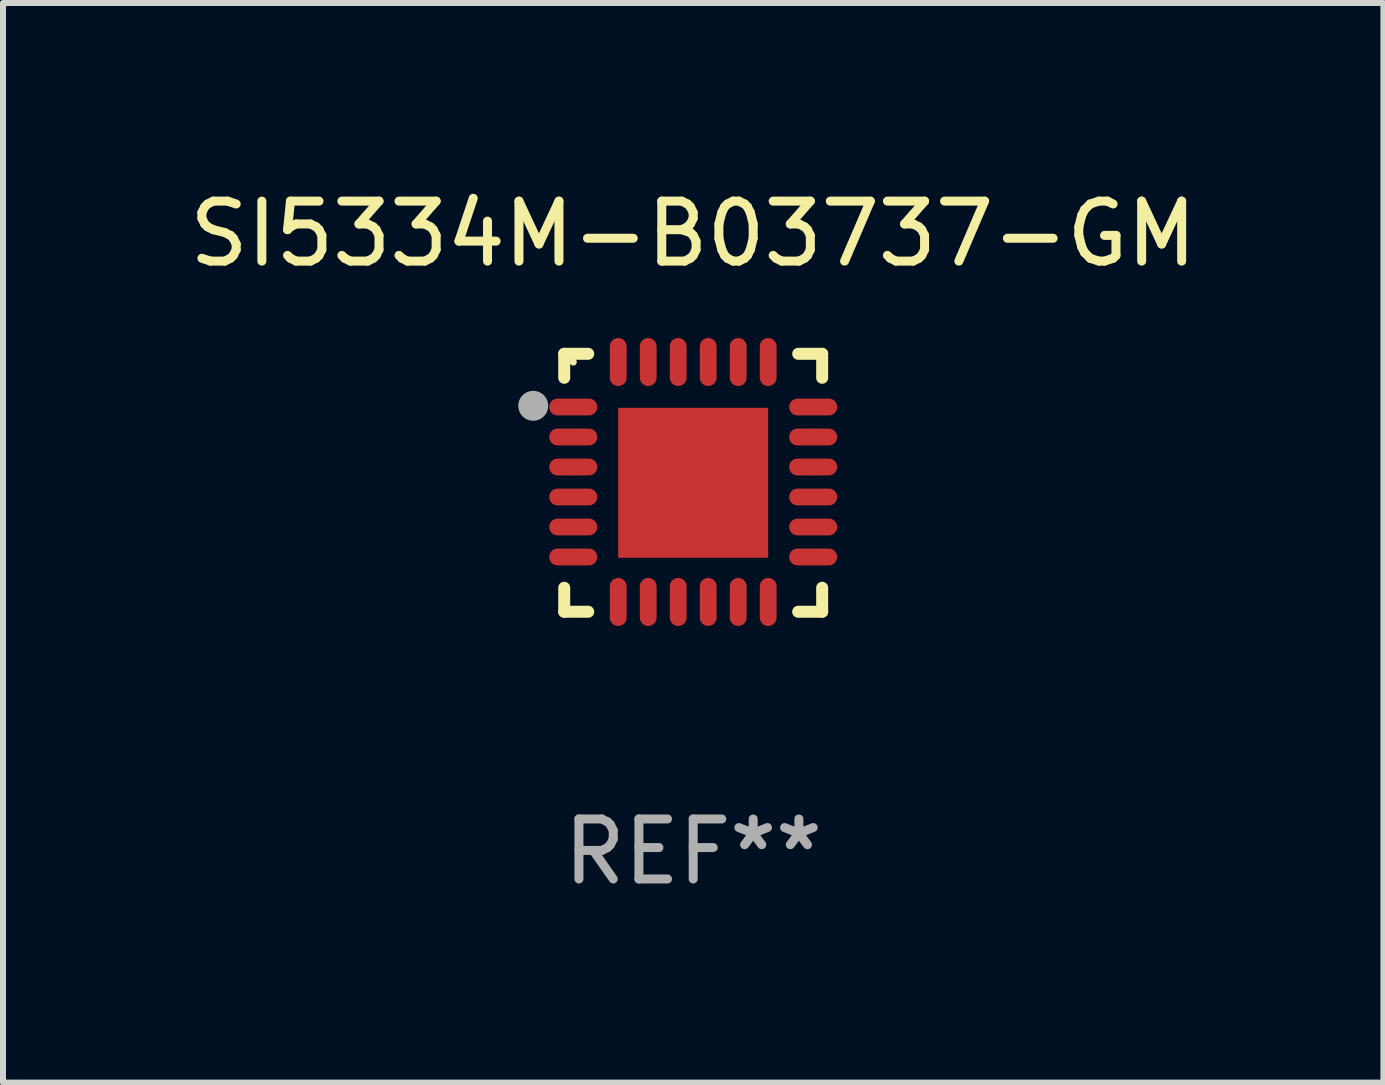
<source format=kicad_pcb>
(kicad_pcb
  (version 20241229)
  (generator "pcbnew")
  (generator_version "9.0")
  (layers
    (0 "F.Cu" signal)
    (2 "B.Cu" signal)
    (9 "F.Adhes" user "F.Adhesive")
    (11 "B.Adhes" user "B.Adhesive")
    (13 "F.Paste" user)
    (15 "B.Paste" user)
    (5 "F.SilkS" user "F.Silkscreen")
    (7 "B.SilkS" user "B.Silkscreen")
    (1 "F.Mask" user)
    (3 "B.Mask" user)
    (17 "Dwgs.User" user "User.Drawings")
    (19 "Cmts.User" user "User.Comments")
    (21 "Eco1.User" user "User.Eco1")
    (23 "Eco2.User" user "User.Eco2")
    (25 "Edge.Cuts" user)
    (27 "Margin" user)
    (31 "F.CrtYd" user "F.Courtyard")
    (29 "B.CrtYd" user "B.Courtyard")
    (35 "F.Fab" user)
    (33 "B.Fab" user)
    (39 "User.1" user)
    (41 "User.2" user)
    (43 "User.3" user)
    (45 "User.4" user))
  (footprint "SI5334M-B03737-GM"
    (layer "F.Cu")
    (at 8.506 4.998)
    (property "Reference" "SI5334M-B03737-GM" (at 0 -4.15 0) (layer "F.SilkS") (effects (font (size 1 1) (thickness 0.15))))
    (attr through_hole)
    (fp_line (start -2.15 -2.15) (end -1.75 -2.15) (stroke (width 0.2) (type solid)) (layer "F.SilkS"))
    (fp_line (start -2.15 -1.75) (end -2.15 -2.15) (stroke (width 0.2) (type solid)) (layer "F.SilkS"))
    (fp_line (start -2.15 2.15) (end -2.15 1.75) (stroke (width 0.2) (type solid)) (layer "F.SilkS"))
    (fp_line (start -1.75 2.15) (end -2.15 2.15) (stroke (width 0.2) (type solid)) (layer "F.SilkS"))
    (fp_line (start 1.75 -2.15) (end 2.15 -2.15) (stroke (width 0.2) (type solid)) (layer "F.SilkS"))
    (fp_line (start 1.75 2.15) (end 2.15 2.15) (stroke (width 0.2) (type solid)) (layer "F.SilkS"))
    (fp_line (start 2.15 -2.15) (end 2.15 -1.75) (stroke (width 0.2) (type solid)) (layer "F.SilkS"))
    (fp_line (start 2.15 2.15) (end 2.15 1.75) (stroke (width 0.2) (type solid)) (layer "F.SilkS"))
    (fp_circle (center -2 -2.013) (end -1.97 -2.013) (stroke (width 0.06) (type solid)) (fill no) (layer "F.SilkS"))
    (fp_circle (center -2.667 -1.283) (end -2.542 -1.283) (stroke (width 0.25) (type solid)) (fill no) (layer "F.Fab"))
    (fp_text user "REF**" (at 0 6.15 0) (layer "F.Fab") (effects (font (size 1 1) (thickness 0.15))))
    (pad "1" smd oval (at -2 -1.263) (size 0.8 0.28) (layers "F.Cu" "F.Mask" "F.Paste"))
    (pad "2" smd oval (at -2 -0.763) (size 0.8 0.28) (layers "F.Cu" "F.Mask" "F.Paste"))
    (pad "3" smd oval (at -2 -0.263) (size 0.8 0.28) (layers "F.Cu" "F.Mask" "F.Paste"))
    (pad "4" smd oval (at -2 0.237) (size 0.8 0.28) (layers "F.Cu" "F.Mask" "F.Paste"))
    (pad "5" smd oval (at -2 0.737) (size 0.8 0.28) (layers "F.Cu" "F.Mask" "F.Paste"))
    (pad "6" smd oval (at -2 1.237) (size 0.8 0.28) (layers "F.Cu" "F.Mask" "F.Paste"))
    (pad "7" smd oval (at -1.25 1.987) (size 0.28 0.8) (layers "F.Cu" "F.Mask" "F.Paste"))
    (pad "8" smd oval (at -0.75 1.987) (size 0.28 0.8) (layers "F.Cu" "F.Mask" "F.Paste"))
    (pad "9" smd oval (at -0.25 1.987) (size 0.28 0.8) (layers "F.Cu" "F.Mask" "F.Paste"))
    (pad "10" smd oval (at 0.25 1.987) (size 0.28 0.8) (layers "F.Cu" "F.Mask" "F.Paste"))
    (pad "11" smd oval (at 0.75 1.987) (size 0.28 0.8) (layers "F.Cu" "F.Mask" "F.Paste"))
    (pad "12" smd oval (at 1.25 1.987) (size 0.28 0.8) (layers "F.Cu" "F.Mask" "F.Paste"))
    (pad "13" smd oval (at 2 1.237) (size 0.8 0.28) (layers "F.Cu" "F.Mask" "F.Paste"))
    (pad "14" smd oval (at 2 0.737) (size 0.8 0.28) (layers "F.Cu" "F.Mask" "F.Paste"))
    (pad "15" smd oval (at 2 0.237) (size 0.8 0.28) (layers "F.Cu" "F.Mask" "F.Paste"))
    (pad "16" smd oval (at 2 -0.263) (size 0.8 0.28) (layers "F.Cu" "F.Mask" "F.Paste"))
    (pad "17" smd oval (at 2 -0.763) (size 0.8 0.28) (layers "F.Cu" "F.Mask" "F.Paste"))
    (pad "18" smd oval (at 2 -1.263) (size 0.8 0.28) (layers "F.Cu" "F.Mask" "F.Paste"))
    (pad "19" smd oval (at 1.25 -2.013) (size 0.28 0.8) (layers "F.Cu" "F.Mask" "F.Paste"))
    (pad "20" smd oval (at 0.75 -2.013) (size 0.28 0.8) (layers "F.Cu" "F.Mask" "F.Paste"))
    (pad "21" smd oval (at 0.25 -2.013) (size 0.28 0.8) (layers "F.Cu" "F.Mask" "F.Paste"))
    (pad "22" smd oval (at -0.25 -2.013) (size 0.28 0.8) (layers "F.Cu" "F.Mask" "F.Paste"))
    (pad "23" smd oval (at -0.75 -2.013) (size 0.28 0.8) (layers "F.Cu" "F.Mask" "F.Paste"))
    (pad "24" smd oval (at -1.25 -2.013) (size 0.28 0.8) (layers "F.Cu" "F.Mask" "F.Paste"))
    (pad "25" smd rect (at -0.000127 -0.00014) (size 2.5 2.5) (layers "F.Cu" "F.Mask" "F.Paste")))
  (gr_rect
    (start -3 -3)
    (end 20.012 14.997)
    (stroke (width 0.1) (type default))
    (fill no)
    (layer "Edge.Cuts")))
</source>
